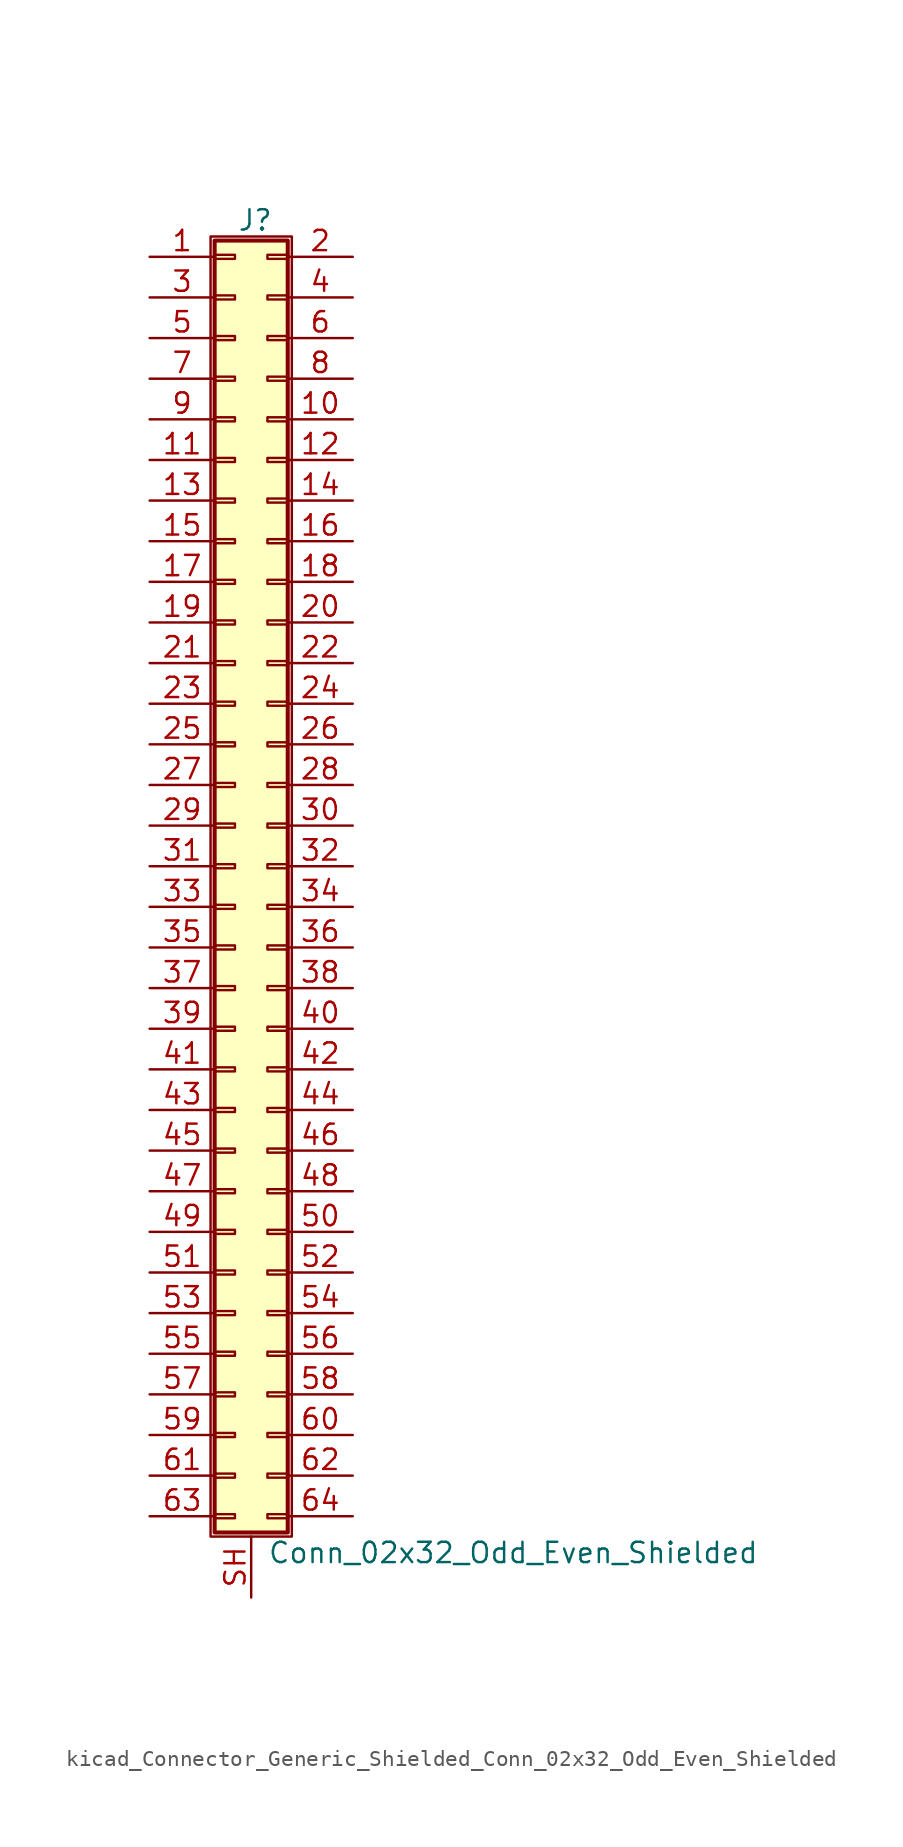
<source format=kicad_sym>
(kicad_symbol_lib
  (version 20220914)
  (generator kicad_symbol_editor)
  (symbol "kicad_Connector_Generic_Shielded_Conn_02x32_Odd_Even_Shielded"
    (pin_names
      (offset 1.016) hide)
    (property "Reference" "J"
      (at 1.524 40.386 0)
      (effects (font (size 1.27 1.27))))
    (property "Value" "Conn_02x32_Odd_Even_Shielded"
      (at 2.286 -42.926 0)
      (effects (font (size 1.27 1.27)) (justify left)))
    (symbol "kicad_Connector_Generic_Shielded_Conn_02x32_Odd_Even_Shielded_1_1"
      (rectangle (start -1.27 39.37) (end 3.81 -41.91) (stroke (width 0.152) (type default)) (fill (type none)))
      (rectangle (start -1.016 -40.513) (end 0.254 -40.767) (stroke (width 0.152) (type default)) (fill (type none)))
      (rectangle (start -1.016 -37.973) (end 0.254 -38.227) (stroke (width 0.152) (type default)) (fill (type none)))
      (rectangle (start -1.016 -35.433) (end 0.254 -35.687) (stroke (width 0.152) (type default)) (fill (type none)))
      (rectangle (start -1.016 -32.893) (end 0.254 -33.147) (stroke (width 0.152) (type default)) (fill (type none)))
      (rectangle (start -1.016 -30.353) (end 0.254 -30.607) (stroke (width 0.152) (type default)) (fill (type none)))
      (rectangle (start -1.016 -27.813) (end 0.254 -28.067) (stroke (width 0.152) (type default)) (fill (type none)))
      (rectangle (start -1.016 -25.273) (end 0.254 -25.527) (stroke (width 0.152) (type default)) (fill (type none)))
      (rectangle (start -1.016 -22.733) (end 0.254 -22.987) (stroke (width 0.152) (type default)) (fill (type none)))
      (rectangle (start -1.016 -20.193) (end 0.254 -20.447) (stroke (width 0.152) (type default)) (fill (type none)))
      (rectangle (start -1.016 -17.653) (end 0.254 -17.907) (stroke (width 0.152) (type default)) (fill (type none)))
      (rectangle (start -1.016 -15.113) (end 0.254 -15.367) (stroke (width 0.152) (type default)) (fill (type none)))
      (rectangle (start -1.016 -12.573) (end 0.254 -12.827) (stroke (width 0.152) (type default)) (fill (type none)))
      (rectangle (start -1.016 -10.033) (end 0.254 -10.287) (stroke (width 0.152) (type default)) (fill (type none)))
      (rectangle (start -1.016 -7.493) (end 0.254 -7.747) (stroke (width 0.152) (type default)) (fill (type none)))
      (rectangle (start -1.016 -4.953) (end 0.254 -5.207) (stroke (width 0.152) (type default)) (fill (type none)))
      (rectangle (start -1.016 -2.413) (end 0.254 -2.667) (stroke (width 0.152) (type default)) (fill (type none)))
      (rectangle (start -1.016 0.127) (end 0.254 -0.127) (stroke (width 0.152) (type default)) (fill (type none)))
      (rectangle (start -1.016 2.667) (end 0.254 2.413) (stroke (width 0.152) (type default)) (fill (type none)))
      (rectangle (start -1.016 5.207) (end 0.254 4.953) (stroke (width 0.152) (type default)) (fill (type none)))
      (rectangle (start -1.016 7.747) (end 0.254 7.493) (stroke (width 0.152) (type default)) (fill (type none)))
      (rectangle (start -1.016 10.287) (end 0.254 10.033) (stroke (width 0.152) (type default)) (fill (type none)))
      (rectangle (start -1.016 12.827) (end 0.254 12.573) (stroke (width 0.152) (type default)) (fill (type none)))
      (rectangle (start -1.016 15.367) (end 0.254 15.113) (stroke (width 0.152) (type default)) (fill (type none)))
      (rectangle (start -1.016 17.907) (end 0.254 17.653) (stroke (width 0.152) (type default)) (fill (type none)))
      (rectangle (start -1.016 20.447) (end 0.254 20.193) (stroke (width 0.152) (type default)) (fill (type none)))
      (rectangle (start -1.016 22.987) (end 0.254 22.733) (stroke (width 0.152) (type default)) (fill (type none)))
      (rectangle (start -1.016 25.527) (end 0.254 25.273) (stroke (width 0.152) (type default)) (fill (type none)))
      (rectangle (start -1.016 28.067) (end 0.254 27.813) (stroke (width 0.152) (type default)) (fill (type none)))
      (rectangle (start -1.016 30.607) (end 0.254 30.353) (stroke (width 0.152) (type default)) (fill (type none)))
      (rectangle (start -1.016 33.147) (end 0.254 32.893) (stroke (width 0.152) (type default)) (fill (type none)))
      (rectangle (start -1.016 35.687) (end 0.254 35.433) (stroke (width 0.152) (type default)) (fill (type none)))
      (rectangle (start -1.016 38.227) (end 0.254 37.973) (stroke (width 0.152) (type default)) (fill (type none)))
      (rectangle (start -1.016 39.116) (end 3.556 -41.656) (stroke (width 0.254) (type default)) (fill (type background)))
      (rectangle (start 3.556 -40.513) (end 2.286 -40.767) (stroke (width 0.152) (type default)) (fill (type none)))
      (rectangle (start 3.556 -37.973) (end 2.286 -38.227) (stroke (width 0.152) (type default)) (fill (type none)))
      (rectangle (start 3.556 -35.433) (end 2.286 -35.687) (stroke (width 0.152) (type default)) (fill (type none)))
      (rectangle (start 3.556 -32.893) (end 2.286 -33.147) (stroke (width 0.152) (type default)) (fill (type none)))
      (rectangle (start 3.556 -30.353) (end 2.286 -30.607) (stroke (width 0.152) (type default)) (fill (type none)))
      (rectangle (start 3.556 -27.813) (end 2.286 -28.067) (stroke (width 0.152) (type default)) (fill (type none)))
      (rectangle (start 3.556 -25.273) (end 2.286 -25.527) (stroke (width 0.152) (type default)) (fill (type none)))
      (rectangle (start 3.556 -22.733) (end 2.286 -22.987) (stroke (width 0.152) (type default)) (fill (type none)))
      (rectangle (start 3.556 -20.193) (end 2.286 -20.447) (stroke (width 0.152) (type default)) (fill (type none)))
      (rectangle (start 3.556 -17.653) (end 2.286 -17.907) (stroke (width 0.152) (type default)) (fill (type none)))
      (rectangle (start 3.556 -15.113) (end 2.286 -15.367) (stroke (width 0.152) (type default)) (fill (type none)))
      (rectangle (start 3.556 -12.573) (end 2.286 -12.827) (stroke (width 0.152) (type default)) (fill (type none)))
      (rectangle (start 3.556 -10.033) (end 2.286 -10.287) (stroke (width 0.152) (type default)) (fill (type none)))
      (rectangle (start 3.556 -7.493) (end 2.286 -7.747) (stroke (width 0.152) (type default)) (fill (type none)))
      (rectangle (start 3.556 -4.953) (end 2.286 -5.207) (stroke (width 0.152) (type default)) (fill (type none)))
      (rectangle (start 3.556 -2.413) (end 2.286 -2.667) (stroke (width 0.152) (type default)) (fill (type none)))
      (rectangle (start 3.556 0.127) (end 2.286 -0.127) (stroke (width 0.152) (type default)) (fill (type none)))
      (rectangle (start 3.556 2.667) (end 2.286 2.413) (stroke (width 0.152) (type default)) (fill (type none)))
      (rectangle (start 3.556 5.207) (end 2.286 4.953) (stroke (width 0.152) (type default)) (fill (type none)))
      (rectangle (start 3.556 7.747) (end 2.286 7.493) (stroke (width 0.152) (type default)) (fill (type none)))
      (rectangle (start 3.556 10.287) (end 2.286 10.033) (stroke (width 0.152) (type default)) (fill (type none)))
      (rectangle (start 3.556 12.827) (end 2.286 12.573) (stroke (width 0.152) (type default)) (fill (type none)))
      (rectangle (start 3.556 15.367) (end 2.286 15.113) (stroke (width 0.152) (type default)) (fill (type none)))
      (rectangle (start 3.556 17.907) (end 2.286 17.653) (stroke (width 0.152) (type default)) (fill (type none)))
      (rectangle (start 3.556 20.447) (end 2.286 20.193) (stroke (width 0.152) (type default)) (fill (type none)))
      (rectangle (start 3.556 22.987) (end 2.286 22.733) (stroke (width 0.152) (type default)) (fill (type none)))
      (rectangle (start 3.556 25.527) (end 2.286 25.273) (stroke (width 0.152) (type default)) (fill (type none)))
      (rectangle (start 3.556 28.067) (end 2.286 27.813) (stroke (width 0.152) (type default)) (fill (type none)))
      (rectangle (start 3.556 30.607) (end 2.286 30.353) (stroke (width 0.152) (type default)) (fill (type none)))
      (rectangle (start 3.556 33.147) (end 2.286 32.893) (stroke (width 0.152) (type default)) (fill (type none)))
      (rectangle (start 3.556 35.687) (end 2.286 35.433) (stroke (width 0.152) (type default)) (fill (type none)))
      (rectangle (start 3.556 38.227) (end 2.286 37.973) (stroke (width 0.152) (type default)) (fill (type none)))
      (pin passive line (at -5.08 38.1 0) (length 4.064) (name "Pin_1" (effects (font (size 1.27 1.27)))) (number "1" (effects (font (size 1.27 1.27)))))
      (pin passive line (at 7.62 27.94 180) (length 4.064) (name "Pin_10" (effects (font (size 1.27 1.27)))) (number "10" (effects (font (size 1.27 1.27)))))
      (pin passive line (at -5.08 25.4 0) (length 4.064) (name "Pin_11" (effects (font (size 1.27 1.27)))) (number "11" (effects (font (size 1.27 1.27)))))
      (pin passive line (at 7.62 25.4 180) (length 4.064) (name "Pin_12" (effects (font (size 1.27 1.27)))) (number "12" (effects (font (size 1.27 1.27)))))
      (pin passive line (at -5.08 22.86 0) (length 4.064) (name "Pin_13" (effects (font (size 1.27 1.27)))) (number "13" (effects (font (size 1.27 1.27)))))
      (pin passive line (at 7.62 22.86 180) (length 4.064) (name "Pin_14" (effects (font (size 1.27 1.27)))) (number "14" (effects (font (size 1.27 1.27)))))
      (pin passive line (at -5.08 20.32 0) (length 4.064) (name "Pin_15" (effects (font (size 1.27 1.27)))) (number "15" (effects (font (size 1.27 1.27)))))
      (pin passive line (at 7.62 20.32 180) (length 4.064) (name "Pin_16" (effects (font (size 1.27 1.27)))) (number "16" (effects (font (size 1.27 1.27)))))
      (pin passive line (at -5.08 17.78 0) (length 4.064) (name "Pin_17" (effects (font (size 1.27 1.27)))) (number "17" (effects (font (size 1.27 1.27)))))
      (pin passive line (at 7.62 17.78 180) (length 4.064) (name "Pin_18" (effects (font (size 1.27 1.27)))) (number "18" (effects (font (size 1.27 1.27)))))
      (pin passive line (at -5.08 15.24 0) (length 4.064) (name "Pin_19" (effects (font (size 1.27 1.27)))) (number "19" (effects (font (size 1.27 1.27)))))
      (pin passive line (at 7.62 38.1 180) (length 4.064) (name "Pin_2" (effects (font (size 1.27 1.27)))) (number "2" (effects (font (size 1.27 1.27)))))
      (pin passive line (at 7.62 15.24 180) (length 4.064) (name "Pin_20" (effects (font (size 1.27 1.27)))) (number "20" (effects (font (size 1.27 1.27)))))
      (pin passive line (at -5.08 12.7 0) (length 4.064) (name "Pin_21" (effects (font (size 1.27 1.27)))) (number "21" (effects (font (size 1.27 1.27)))))
      (pin passive line (at 7.62 12.7 180) (length 4.064) (name "Pin_22" (effects (font (size 1.27 1.27)))) (number "22" (effects (font (size 1.27 1.27)))))
      (pin passive line (at -5.08 10.16 0) (length 4.064) (name "Pin_23" (effects (font (size 1.27 1.27)))) (number "23" (effects (font (size 1.27 1.27)))))
      (pin passive line (at 7.62 10.16 180) (length 4.064) (name "Pin_24" (effects (font (size 1.27 1.27)))) (number "24" (effects (font (size 1.27 1.27)))))
      (pin passive line (at -5.08 7.62 0) (length 4.064) (name "Pin_25" (effects (font (size 1.27 1.27)))) (number "25" (effects (font (size 1.27 1.27)))))
      (pin passive line (at 7.62 7.62 180) (length 4.064) (name "Pin_26" (effects (font (size 1.27 1.27)))) (number "26" (effects (font (size 1.27 1.27)))))
      (pin passive line (at -5.08 5.08 0) (length 4.064) (name "Pin_27" (effects (font (size 1.27 1.27)))) (number "27" (effects (font (size 1.27 1.27)))))
      (pin passive line (at 7.62 5.08 180) (length 4.064) (name "Pin_28" (effects (font (size 1.27 1.27)))) (number "28" (effects (font (size 1.27 1.27)))))
      (pin passive line (at -5.08 2.54 0) (length 4.064) (name "Pin_29" (effects (font (size 1.27 1.27)))) (number "29" (effects (font (size 1.27 1.27)))))
      (pin passive line (at -5.08 35.56 0) (length 4.064) (name "Pin_3" (effects (font (size 1.27 1.27)))) (number "3" (effects (font (size 1.27 1.27)))))
      (pin passive line (at 7.62 2.54 180) (length 4.064) (name "Pin_30" (effects (font (size 1.27 1.27)))) (number "30" (effects (font (size 1.27 1.27)))))
      (pin passive line (at -5.08 0 0) (length 4.064) (name "Pin_31" (effects (font (size 1.27 1.27)))) (number "31" (effects (font (size 1.27 1.27)))))
      (pin passive line (at 7.62 0 180) (length 4.064) (name "Pin_32" (effects (font (size 1.27 1.27)))) (number "32" (effects (font (size 1.27 1.27)))))
      (pin passive line (at -5.08 -2.54 0) (length 4.064) (name "Pin_33" (effects (font (size 1.27 1.27)))) (number "33" (effects (font (size 1.27 1.27)))))
      (pin passive line (at 7.62 -2.54 180) (length 4.064) (name "Pin_34" (effects (font (size 1.27 1.27)))) (number "34" (effects (font (size 1.27 1.27)))))
      (pin passive line (at -5.08 -5.08 0) (length 4.064) (name "Pin_35" (effects (font (size 1.27 1.27)))) (number "35" (effects (font (size 1.27 1.27)))))
      (pin passive line (at 7.62 -5.08 180) (length 4.064) (name "Pin_36" (effects (font (size 1.27 1.27)))) (number "36" (effects (font (size 1.27 1.27)))))
      (pin passive line (at -5.08 -7.62 0) (length 4.064) (name "Pin_37" (effects (font (size 1.27 1.27)))) (number "37" (effects (font (size 1.27 1.27)))))
      (pin passive line (at 7.62 -7.62 180) (length 4.064) (name "Pin_38" (effects (font (size 1.27 1.27)))) (number "38" (effects (font (size 1.27 1.27)))))
      (pin passive line (at -5.08 -10.16 0) (length 4.064) (name "Pin_39" (effects (font (size 1.27 1.27)))) (number "39" (effects (font (size 1.27 1.27)))))
      (pin passive line (at 7.62 35.56 180) (length 4.064) (name "Pin_4" (effects (font (size 1.27 1.27)))) (number "4" (effects (font (size 1.27 1.27)))))
      (pin passive line (at 7.62 -10.16 180) (length 4.064) (name "Pin_40" (effects (font (size 1.27 1.27)))) (number "40" (effects (font (size 1.27 1.27)))))
      (pin passive line (at -5.08 -12.7 0) (length 4.064) (name "Pin_41" (effects (font (size 1.27 1.27)))) (number "41" (effects (font (size 1.27 1.27)))))
      (pin passive line (at 7.62 -12.7 180) (length 4.064) (name "Pin_42" (effects (font (size 1.27 1.27)))) (number "42" (effects (font (size 1.27 1.27)))))
      (pin passive line (at -5.08 -15.24 0) (length 4.064) (name "Pin_43" (effects (font (size 1.27 1.27)))) (number "43" (effects (font (size 1.27 1.27)))))
      (pin passive line (at 7.62 -15.24 180) (length 4.064) (name "Pin_44" (effects (font (size 1.27 1.27)))) (number "44" (effects (font (size 1.27 1.27)))))
      (pin passive line (at -5.08 -17.78 0) (length 4.064) (name "Pin_45" (effects (font (size 1.27 1.27)))) (number "45" (effects (font (size 1.27 1.27)))))
      (pin passive line (at 7.62 -17.78 180) (length 4.064) (name "Pin_46" (effects (font (size 1.27 1.27)))) (number "46" (effects (font (size 1.27 1.27)))))
      (pin passive line (at -5.08 -20.32 0) (length 4.064) (name "Pin_47" (effects (font (size 1.27 1.27)))) (number "47" (effects (font (size 1.27 1.27)))))
      (pin passive line (at 7.62 -20.32 180) (length 4.064) (name "Pin_48" (effects (font (size 1.27 1.27)))) (number "48" (effects (font (size 1.27 1.27)))))
      (pin passive line (at -5.08 -22.86 0) (length 4.064) (name "Pin_49" (effects (font (size 1.27 1.27)))) (number "49" (effects (font (size 1.27 1.27)))))
      (pin passive line (at -5.08 33.02 0) (length 4.064) (name "Pin_5" (effects (font (size 1.27 1.27)))) (number "5" (effects (font (size 1.27 1.27)))))
      (pin passive line (at 7.62 -22.86 180) (length 4.064) (name "Pin_50" (effects (font (size 1.27 1.27)))) (number "50" (effects (font (size 1.27 1.27)))))
      (pin passive line (at -5.08 -25.4 0) (length 4.064) (name "Pin_51" (effects (font (size 1.27 1.27)))) (number "51" (effects (font (size 1.27 1.27)))))
      (pin passive line (at 7.62 -25.4 180) (length 4.064) (name "Pin_52" (effects (font (size 1.27 1.27)))) (number "52" (effects (font (size 1.27 1.27)))))
      (pin passive line (at -5.08 -27.94 0) (length 4.064) (name "Pin_53" (effects (font (size 1.27 1.27)))) (number "53" (effects (font (size 1.27 1.27)))))
      (pin passive line (at 7.62 -27.94 180) (length 4.064) (name "Pin_54" (effects (font (size 1.27 1.27)))) (number "54" (effects (font (size 1.27 1.27)))))
      (pin passive line (at -5.08 -30.48 0) (length 4.064) (name "Pin_55" (effects (font (size 1.27 1.27)))) (number "55" (effects (font (size 1.27 1.27)))))
      (pin passive line (at 7.62 -30.48 180) (length 4.064) (name "Pin_56" (effects (font (size 1.27 1.27)))) (number "56" (effects (font (size 1.27 1.27)))))
      (pin passive line (at -5.08 -33.02 0) (length 4.064) (name "Pin_57" (effects (font (size 1.27 1.27)))) (number "57" (effects (font (size 1.27 1.27)))))
      (pin passive line (at 7.62 -33.02 180) (length 4.064) (name "Pin_58" (effects (font (size 1.27 1.27)))) (number "58" (effects (font (size 1.27 1.27)))))
      (pin passive line (at -5.08 -35.56 0) (length 4.064) (name "Pin_59" (effects (font (size 1.27 1.27)))) (number "59" (effects (font (size 1.27 1.27)))))
      (pin passive line (at 7.62 33.02 180) (length 4.064) (name "Pin_6" (effects (font (size 1.27 1.27)))) (number "6" (effects (font (size 1.27 1.27)))))
      (pin passive line (at 7.62 -35.56 180) (length 4.064) (name "Pin_60" (effects (font (size 1.27 1.27)))) (number "60" (effects (font (size 1.27 1.27)))))
      (pin passive line (at -5.08 -38.1 0) (length 4.064) (name "Pin_61" (effects (font (size 1.27 1.27)))) (number "61" (effects (font (size 1.27 1.27)))))
      (pin passive line (at 7.62 -38.1 180) (length 4.064) (name "Pin_62" (effects (font (size 1.27 1.27)))) (number "62" (effects (font (size 1.27 1.27)))))
      (pin passive line (at -5.08 -40.64 0) (length 4.064) (name "Pin_63" (effects (font (size 1.27 1.27)))) (number "63" (effects (font (size 1.27 1.27)))))
      (pin passive line (at 7.62 -40.64 180) (length 4.064) (name "Pin_64" (effects (font (size 1.27 1.27)))) (number "64" (effects (font (size 1.27 1.27)))))
      (pin passive line (at -5.08 30.48 0) (length 4.064) (name "Pin_7" (effects (font (size 1.27 1.27)))) (number "7" (effects (font (size 1.27 1.27)))))
      (pin passive line (at 7.62 30.48 180) (length 4.064) (name "Pin_8" (effects (font (size 1.27 1.27)))) (number "8" (effects (font (size 1.27 1.27)))))
      (pin passive line (at -5.08 27.94 0) (length 4.064) (name "Pin_9" (effects (font (size 1.27 1.27)))) (number "9" (effects (font (size 1.27 1.27)))))
      (pin passive line (at 1.27 -45.72 90) (length 3.81) (name "Shield" (effects (font (size 1.27 1.27)))) (number "SH" (effects (font (size 1.27 1.27))))))))
</source>
